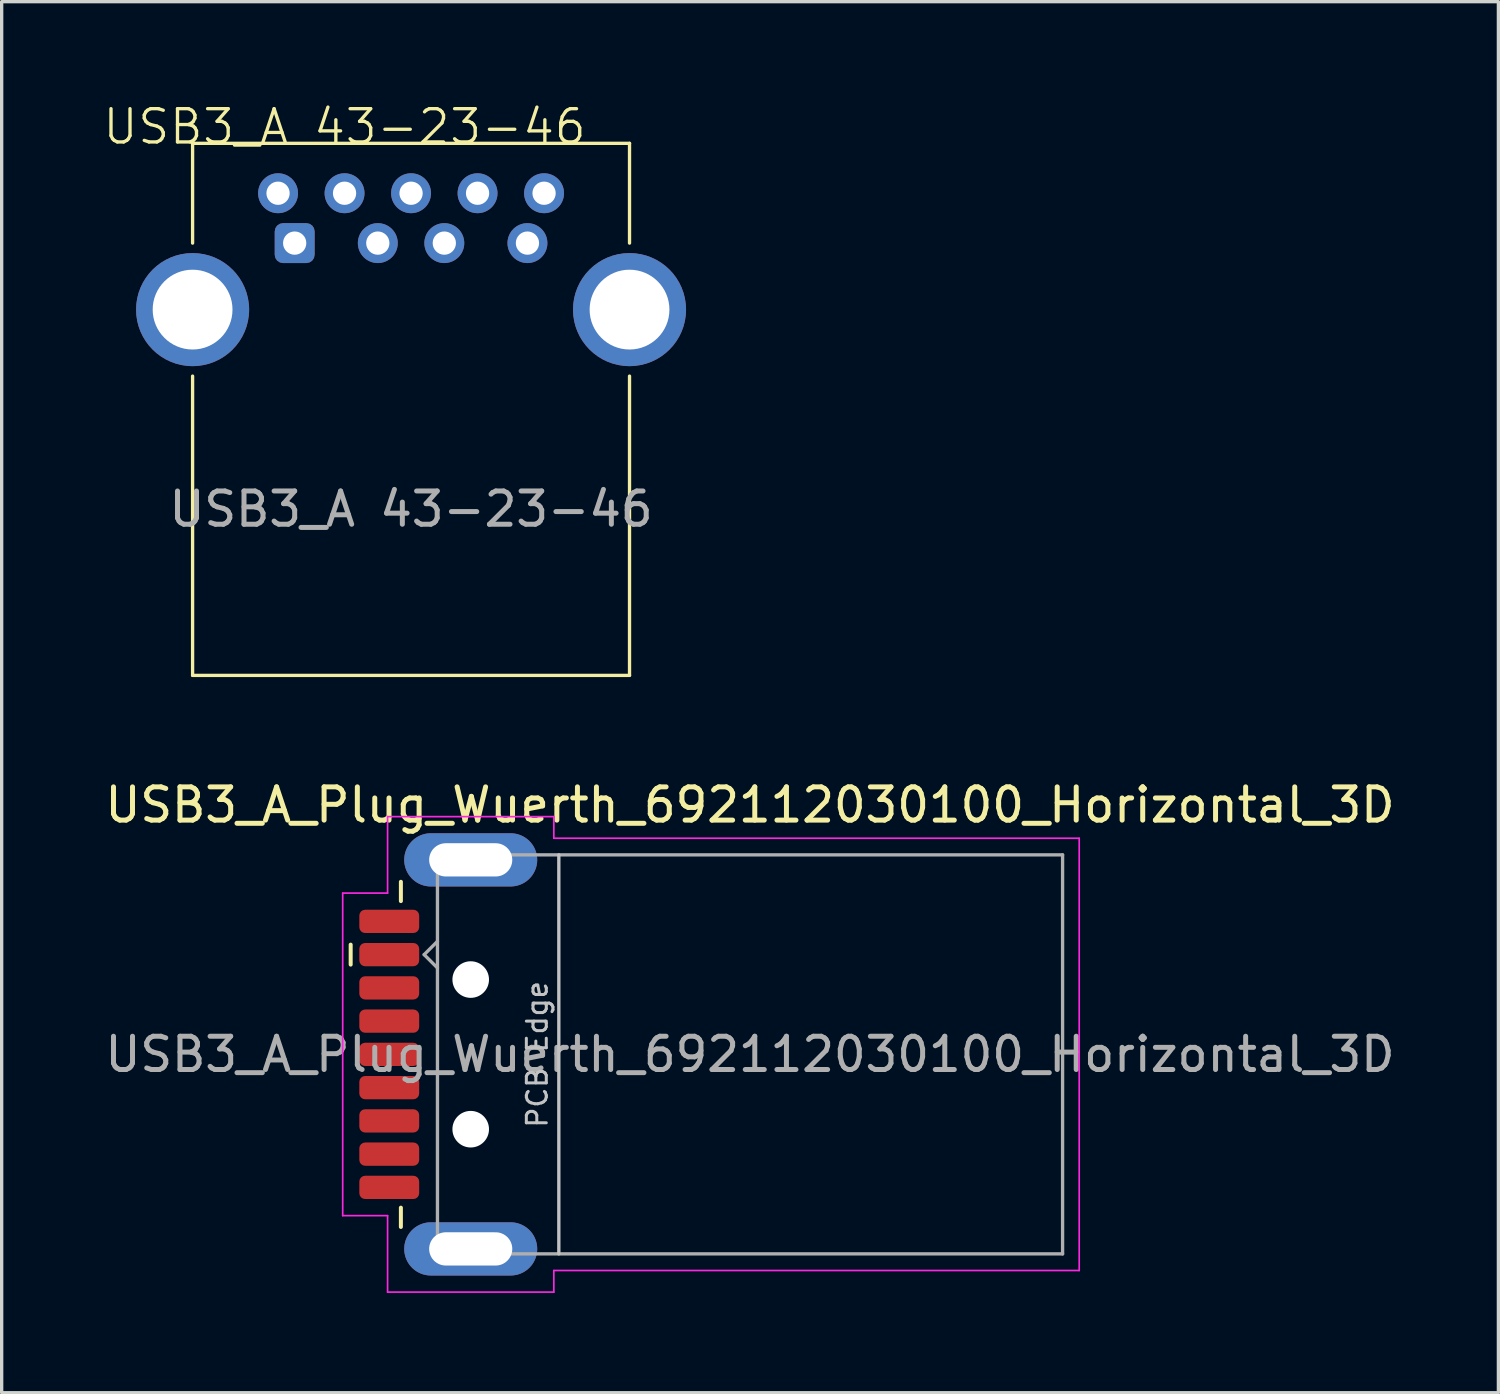
<source format=kicad_pcb>
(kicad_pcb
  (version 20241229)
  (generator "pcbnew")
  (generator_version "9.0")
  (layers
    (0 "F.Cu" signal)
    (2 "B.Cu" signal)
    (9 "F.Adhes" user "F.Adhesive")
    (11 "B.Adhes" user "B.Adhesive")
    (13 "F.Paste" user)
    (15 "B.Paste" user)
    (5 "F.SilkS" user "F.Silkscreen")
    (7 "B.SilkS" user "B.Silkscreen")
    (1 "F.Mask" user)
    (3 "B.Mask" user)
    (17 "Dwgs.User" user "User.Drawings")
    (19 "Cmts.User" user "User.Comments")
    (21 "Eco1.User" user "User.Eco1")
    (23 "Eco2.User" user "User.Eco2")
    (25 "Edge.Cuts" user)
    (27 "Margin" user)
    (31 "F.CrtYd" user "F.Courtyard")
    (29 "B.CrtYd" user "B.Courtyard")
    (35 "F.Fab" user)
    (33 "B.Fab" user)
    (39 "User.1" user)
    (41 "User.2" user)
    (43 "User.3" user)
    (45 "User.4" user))
  (footprint "USB3_A_Plug_Wuerth_692112030100_Horizontal_3D"
    (layer "F.Cu")
    (at 19.506 28.659)
    (property "Reference" "USB3_A_Plug_Wuerth_692112030100_Horizontal_3D" (at 0 -7.5 0) (layer "F.SilkS") (effects (font (size 1 1) (thickness 0.15))))
    (attr smd)
    (fp_line (start -12.01 -2.7) (end -12.01 -3.3) (stroke (width 0.12) (type solid)) (layer "F.SilkS"))
    (fp_line (start -10.5 -4.61) (end -10.5 -5.19) (stroke (width 0.12) (type solid)) (layer "F.SilkS"))
    (fp_line (start -10.5 4.61) (end -10.5 5.19) (stroke (width 0.12) (type solid)) (layer "F.SilkS"))
    (fp_line (start -5.75 6) (end -5.75 -6) (stroke (width 0.1) (type solid)) (layer "Dwgs.User"))
    (fp_line (start -12.25 -4.85) (end -12.25 4.85) (stroke (width 0.05) (type solid)) (layer "F.CrtYd"))
    (fp_line (start -10.9 -7.15) (end -10.9 -4.85) (stroke (width 0.05) (type solid)) (layer "F.CrtYd"))
    (fp_line (start -10.9 -4.85) (end -12.25 -4.85) (stroke (width 0.05) (type solid)) (layer "F.CrtYd"))
    (fp_line (start -10.9 4.85) (end -12.25 4.85) (stroke (width 0.05) (type solid)) (layer "F.CrtYd"))
    (fp_line (start -10.9 7.15) (end -10.9 4.85) (stroke (width 0.05) (type solid)) (layer "F.CrtYd"))
    (fp_line (start -5.9 -7.15) (end -10.9 -7.15) (stroke (width 0.05) (type solid)) (layer "F.CrtYd"))
    (fp_line (start -5.9 -6.5) (end -5.9 -7.15) (stroke (width 0.05) (type solid)) (layer "F.CrtYd"))
    (fp_line (start -5.9 6.5) (end -5.9 7.15) (stroke (width 0.05) (type solid)) (layer "F.CrtYd"))
    (fp_line (start -5.9 7.15) (end -10.9 7.15) (stroke (width 0.05) (type solid)) (layer "F.CrtYd"))
    (fp_line (start 9.9 -6.5) (end -5.9 -6.5) (stroke (width 0.05) (type solid)) (layer "F.CrtYd"))
    (fp_line (start 9.9 6.5) (end -5.9 6.5) (stroke (width 0.05) (type solid)) (layer "F.CrtYd"))
    (fp_line (start 9.9 6.5) (end 9.9 -6.5) (stroke (width 0.05) (type solid)) (layer "F.CrtYd"))
    (fp_line (start -9.8 -3) (end -9.4 -3.4) (stroke (width 0.1) (type solid)) (layer "F.Fab"))
    (fp_line (start -9.8 -3) (end -9.4 -2.6) (stroke (width 0.1) (type solid)) (layer "F.Fab"))
    (fp_line (start -9.4 6) (end -9.4 -6) (stroke (width 0.1) (type solid)) (layer "F.Fab"))
    (fp_line (start 9.4 -6) (end -9.4 -6) (stroke (width 0.1) (type solid)) (layer "F.Fab"))
    (fp_line (start 9.4 6) (end -9.4 6) (stroke (width 0.1) (type solid)) (layer "F.Fab"))
    (fp_line (start 9.4 6) (end 9.4 -6) (stroke (width 0.1) (type solid)) (layer "F.Fab"))
    (fp_text user "PCB Edge" (at -6.4 0 90) (layer "Dwgs.User") (effects (font (size 0.6 0.6) (thickness 0.09))))
    (fp_text user "${REFERENCE}" (at 0 0 180) (layer "F.Fab") (effects (font (size 1 1) (thickness 0.15))))
    (pad "" np_thru_hole circle (at -8.4 -2.25 90) (size 1.1 1.1) (drill 1.1) (layers "*.Cu" "*.Mask"))
    (pad "" np_thru_hole circle (at -8.4 2.25 90) (size 1.1 1.1) (drill 1.1) (layers "*.Cu" "*.Mask"))
    (pad "1" smd roundrect (at -10.85 -3 90) (size 0.7 1.8) (layers "F.Cu" "F.Mask" "F.Paste") (roundrect_rratio 0.25))
    (pad "2" smd roundrect (at -10.85 -1 90) (size 0.7 1.8) (layers "F.Cu" "F.Mask" "F.Paste") (roundrect_rratio 0.25))
    (pad "3" smd roundrect (at -10.85 1 90) (size 0.7 1.8) (layers "F.Cu" "F.Mask" "F.Paste") (roundrect_rratio 0.25))
    (pad "4" smd roundrect (at -10.85 3 90) (size 0.7 1.8) (layers "F.Cu" "F.Mask" "F.Paste") (roundrect_rratio 0.25))
    (pad "5" smd roundrect (at -10.85 4 90) (size 0.7 1.8) (layers "F.Cu" "F.Mask" "F.Paste") (roundrect_rratio 0.25))
    (pad "6" smd roundrect (at -10.85 2 90) (size 0.7 1.8) (layers "F.Cu" "F.Mask" "F.Paste") (roundrect_rratio 0.25))
    (pad "7" smd roundrect (at -10.85 0 90) (size 0.7 1.8) (layers "F.Cu" "F.Mask" "F.Paste") (roundrect_rratio 0.25))
    (pad "8" smd roundrect (at -10.85 -2 90) (size 0.7 1.8) (layers "F.Cu" "F.Mask" "F.Paste") (roundrect_rratio 0.25))
    (pad "9" smd roundrect (at -10.85 -4) (size 1.8 0.7) (layers "F.Cu" "F.Mask" "F.Paste") (roundrect_rratio 0.25))
    (pad "10" thru_hole oval (at -8.4 -5.85 90) (size 1.6 4) (drill oval 1 2.5) (layers "*.Cu" "*.Mask"))
    (pad "10" thru_hole oval (at -8.4 5.85 90) (size 1.6 4) (drill oval 1 2.5) (layers "*.Cu" "*.Mask")))
  (footprint "USB3_A 43-23-46"
    (layer "F.Cu")
    (at 9.312 6.261)
    (property "Reference" "USB3_A 43-23-46" (at -2 -5.5 0) (unlocked yes) (layer "F.SilkS") (effects (font (size 1 1) (thickness 0.1))))
    (attr through_hole)
    (fp_line (start -6.57 -5) (end -6.57 -2) (stroke (width 0.1) (type default)) (layer "F.SilkS"))
    (fp_line (start -6.57 11) (end -6.57 2) (stroke (width 0.1) (type default)) (layer "F.SilkS"))
    (fp_line (start -6.57 11) (end 6.57 11) (stroke (width 0.1) (type default)) (layer "F.SilkS"))
    (fp_line (start 6.57 -5) (end -6.57 -5) (stroke (width 0.1) (type default)) (layer "F.SilkS"))
    (fp_line (start 6.57 -5) (end 6.57 -2) (stroke (width 0.1) (type default)) (layer "F.SilkS"))
    (fp_line (start 6.57 11) (end 6.57 2) (stroke (width 0.1) (type default)) (layer "F.SilkS"))
    (fp_text user "${REFERENCE}" (at 0 6 0) (unlocked yes) (layer "F.Fab") (effects (font (size 1 1) (thickness 0.15))))
    (pad "1" thru_hole roundrect (at -3.5 -2) (size 1.2 1.2) (drill 0.7) (layers "*.Cu" "*.Mask") (roundrect_rratio 0.208))
    (pad "2" thru_hole circle (at -1 -2) (size 1.2 1.2) (drill 0.7) (layers "*.Cu" "*.Mask"))
    (pad "3" thru_hole circle (at 1 -2) (size 1.2 1.2) (drill 0.7) (layers "*.Cu" "*.Mask"))
    (pad "4" thru_hole circle (at 3.5 -2) (size 1.2 1.2) (drill 0.7) (layers "*.Cu" "*.Mask"))
    (pad "5" thru_hole circle (at 4 -3.5) (size 1.2 1.2) (drill 0.7) (layers "*.Cu" "*.Mask"))
    (pad "6" thru_hole circle (at 2 -3.5) (size 1.2 1.2) (drill 0.7) (layers "*.Cu" "*.Mask"))
    (pad "7" thru_hole circle (at 0 -3.5) (size 1.2 1.2) (drill 0.7) (layers "*.Cu" "*.Mask"))
    (pad "8" thru_hole circle (at -2 -3.5) (size 1.2 1.2) (drill 0.7) (layers "*.Cu" "*.Mask"))
    (pad "9" thru_hole circle (at -4 -3.5) (size 1.2 1.2) (drill 0.7) (layers "*.Cu" "*.Mask"))
    (pad "10" thru_hole oval (at -6.57 0) (size 3.4 3.4) (drill 2.4) (layers "*.Cu" "*.Mask"))
    (pad "10" thru_hole circle (at 6.57 0) (size 3.4 3.4) (drill 2.4) (layers "*.Cu" "*.Mask")))
  (gr_rect
    (start -3 -3)
    (end 42.012 38.834)
    (stroke (width 0.1) (type default))
    (fill no)
    (layer "Edge.Cuts")))
</source>
